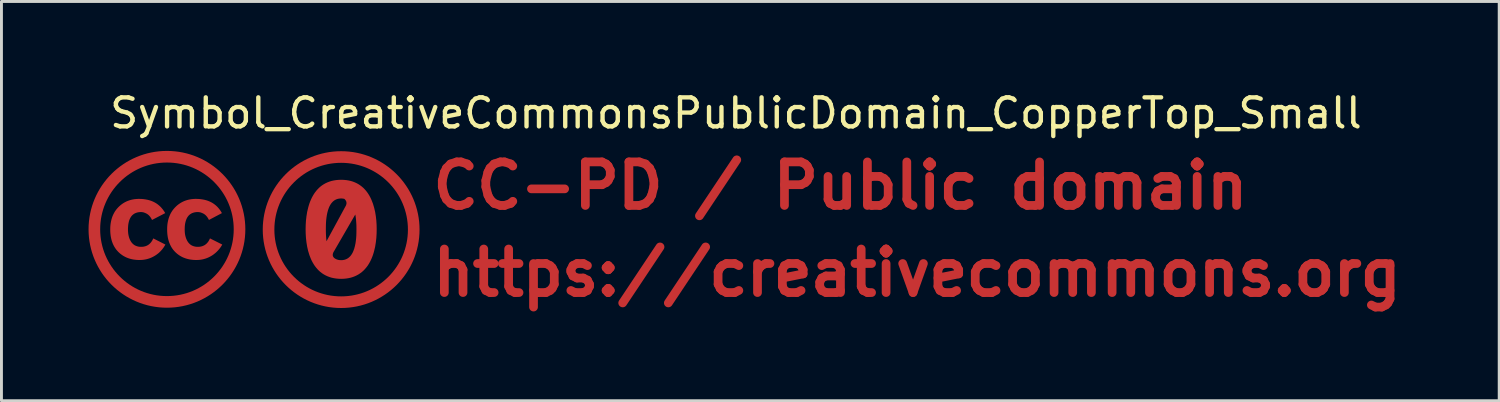
<source format=kicad_pcb>
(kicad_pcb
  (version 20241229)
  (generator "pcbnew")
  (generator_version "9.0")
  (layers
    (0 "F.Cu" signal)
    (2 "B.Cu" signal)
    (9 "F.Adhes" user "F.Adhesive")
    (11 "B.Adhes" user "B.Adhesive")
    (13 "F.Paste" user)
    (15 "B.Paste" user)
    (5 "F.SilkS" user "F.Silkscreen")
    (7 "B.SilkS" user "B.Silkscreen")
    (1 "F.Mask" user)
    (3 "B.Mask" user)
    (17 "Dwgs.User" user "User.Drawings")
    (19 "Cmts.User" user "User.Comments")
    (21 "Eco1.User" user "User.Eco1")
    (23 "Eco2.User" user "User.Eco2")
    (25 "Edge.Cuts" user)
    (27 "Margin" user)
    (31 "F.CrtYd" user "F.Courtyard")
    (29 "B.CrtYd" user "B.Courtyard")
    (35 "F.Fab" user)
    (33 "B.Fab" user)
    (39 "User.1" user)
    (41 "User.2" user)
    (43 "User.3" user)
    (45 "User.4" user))
  (footprint "Symbol_CreativeCommonsPublicDomain_CopperTop_Small"
    (layer "F.Cu")
    (at 21.7 4.848)
    (property "Reference" "Symbol_CreativeCommonsPublicDomain_CopperTop_Small" (at 0.599 -4 0) (layer "F.SilkS") (effects (font (size 1 1) (thickness 0.15))))
    (attr exclude_from_pos_files exclude_from_bom allow_missing_courtyard)
    (fp_circle (center -19 0) (end -16.5 0) (stroke (width 0.4) (type default)) (fill no) (layer "F.Cu"))
    (fp_circle (center -13 0.01) (end -10.5 0.01) (stroke (width 0.4) (type default)) (fill no) (layer "F.Cu"))
    (fp_poly (pts (xy -19.884 -1.046) (xy -19.809 -1.04) (xy -19.738 -1.03) (xy -19.669 -1.017) (xy -19.603 -1) (xy -19.539 -0.979) (xy -19.479 -0.954) (xy -19.421 -0.925) (xy -19.366 -0.893) (xy -19.314 -0.856) (xy -19.265 -0.816) (xy -19.218 -0.772) (xy -19.175 -0.724) (xy -19.134 -0.673) (xy -19.095 -0.617) (xy -19.06 -0.558) (xy -19.514 -0.322) (xy -19.523 -0.341) (xy -19.532 -0.358) (xy -19.542 -0.375) (xy -19.552 -0.392) (xy -19.562 -0.408) (xy -19.573 -0.423) (xy -19.583 -0.437) (xy -19.594 -0.45) (xy -19.606 -0.463) (xy -19.617 -0.476) (xy -19.629 -0.487) (xy -19.641 -0.498) (xy -19.653 -0.508) (xy -19.666 -0.517) (xy -19.679 -0.526) (xy -19.692 -0.534) (xy -19.705 -0.541) (xy -19.718 -0.548) (xy -19.731 -0.554) (xy -19.744 -0.56) (xy -19.757 -0.566) (xy -19.769 -0.57) (xy -19.782 -0.575) (xy -19.794 -0.579) (xy -19.806 -0.583) (xy -19.818 -0.586) (xy -19.83 -0.588) (xy -19.842 -0.59) (xy -19.854 -0.592) (xy -19.866 -0.593) (xy -19.877 -0.594) (xy -19.889 -0.594) (xy -19.916 -0.594) (xy -19.943 -0.592) (xy -19.97 -0.589) (xy -19.995 -0.585) (xy -20.019 -0.58) (xy -20.043 -0.573) (xy -20.065 -0.565) (xy -20.087 -0.557) (xy -20.108 -0.547) (xy -20.128 -0.536) (xy -20.147 -0.523) (xy -20.165 -0.51) (xy -20.182 -0.495) (xy -20.199 -0.48) (xy -20.214 -0.463) (xy -20.229 -0.444) (xy -20.242 -0.425) (xy -20.255 -0.405) (xy -20.267 -0.383) (xy -20.278 -0.36) (xy -20.289 -0.336) (xy -20.298 -0.311) (xy -20.306 -0.285) (xy -20.314 -0.257) (xy -20.32 -0.229) (xy -20.326 -0.199) (xy -20.331 -0.168) (xy -20.335 -0.136) (xy -20.338 -0.102) (xy -20.34 -0.068) (xy -20.342 -0.032) (xy -20.342 0.005) (xy -20.342 0.038) (xy -20.34 0.071) (xy -20.338 0.103) (xy -20.335 0.134) (xy -20.331 0.164) (xy -20.326 0.193) (xy -20.32 0.222) (xy -20.313 0.249) (xy -20.306 0.276) (xy -20.297 0.302) (xy -20.288 0.327) (xy -20.278 0.351) (xy -20.266 0.375) (xy -20.254 0.397) (xy -20.241 0.419) (xy -20.227 0.44) (xy -20.213 0.46) (xy -20.197 0.478) (xy -20.18 0.495) (xy -20.163 0.511) (xy -20.154 0.519) (xy -20.145 0.526) (xy -20.135 0.533) (xy -20.126 0.539) (xy -20.116 0.546) (xy -20.106 0.552) (xy -20.096 0.557) (xy -20.085 0.562) (xy -20.064 0.572) (xy -20.041 0.58) (xy -20.018 0.587) (xy -19.994 0.593) (xy -19.969 0.598) (xy -19.943 0.601) (xy -19.916 0.603) (xy -19.889 0.603) (xy -19.852 0.602) (xy -19.817 0.599) (xy -19.784 0.593) (xy -19.751 0.585) (xy -19.72 0.575) (xy -19.691 0.562) (xy -19.663 0.548) (xy -19.636 0.531) (xy -19.611 0.511) (xy -19.587 0.49) (xy -19.564 0.466) (xy -19.543 0.44) (xy -19.523 0.412) (xy -19.504 0.381) (xy -19.487 0.348) (xy -19.471 0.313) (xy -19.054 0.525) (xy -19.071 0.555) (xy -19.089 0.585) (xy -19.107 0.614) (xy -19.127 0.642) (xy -19.147 0.669) (xy -19.168 0.696) (xy -19.19 0.721) (xy -19.213 0.746) (xy -19.236 0.77) (xy -19.26 0.793) (xy -19.285 0.816) (xy -19.311 0.837) (xy -19.338 0.858) (xy -19.366 0.878) (xy -19.394 0.897) (xy -19.423 0.915) (xy -19.453 0.932) (xy -19.483 0.948) (xy -19.513 0.963) (xy -19.544 0.977) (xy -19.575 0.99) (xy -19.606 1.001) (xy -19.638 1.012) (xy -19.671 1.021) (xy -19.703 1.03) (xy -19.737 1.037) (xy -19.77 1.043) (xy -19.804 1.048) (xy -19.838 1.052) (xy -19.873 1.055) (xy -19.908 1.056) (xy -19.943 1.057) (xy -19.999 1.056) (xy -20.054 1.053) (xy -20.107 1.047) (xy -20.159 1.04) (xy -20.209 1.03) (xy -20.258 1.018) (xy -20.306 1.004) (xy -20.353 0.987) (xy -20.398 0.969) (xy -20.441 0.948) (xy -20.484 0.925) (xy -20.525 0.9) (xy -20.564 0.873) (xy -20.603 0.844) (xy -20.639 0.812) (xy -20.675 0.779) (xy -20.708 0.743) (xy -20.74 0.706) (xy -20.769 0.667) (xy -20.796 0.626) (xy -20.821 0.584) (xy -20.844 0.539) (xy -20.865 0.494) (xy -20.883 0.446) (xy -20.9 0.397) (xy -20.914 0.346) (xy -20.926 0.293) (xy -20.936 0.239) (xy -20.943 0.183) (xy -20.949 0.125) (xy -20.952 0.066) (xy -20.953 0.005) (xy -20.952 -0.055) (xy -20.949 -0.113) (xy -20.943 -0.17) (xy -20.935 -0.225) (xy -20.925 -0.278) (xy -20.913 -0.33) (xy -20.899 -0.38) (xy -20.883 -0.429) (xy -20.864 -0.476) (xy -20.843 -0.522) (xy -20.82 -0.566) (xy -20.795 -0.609) (xy -20.767 -0.65) (xy -20.738 -0.689) (xy -20.706 -0.727) (xy -20.672 -0.763) (xy -20.636 -0.798) (xy -20.599 -0.83) (xy -20.561 -0.86) (xy -20.522 -0.888) (xy -20.482 -0.913) (xy -20.44 -0.937) (xy -20.397 -0.958) (xy -20.353 -0.977) (xy -20.308 -0.993) (xy -20.262 -1.008) (xy -20.215 -1.02) (xy -20.167 -1.03) (xy -20.117 -1.038) (xy -20.066 -1.043) (xy -20.014 -1.047) (xy -19.961 -1.048)) (stroke (width 0) (type solid)) (fill yes) (layer "F.Cu"))
    (fp_poly (pts (xy -17.924 -1.046) (xy -17.85 -1.04) (xy -17.779 -1.03) (xy -17.71 -1.017) (xy -17.644 -1) (xy -17.581 -0.979) (xy -17.521 -0.954) (xy -17.463 -0.925) (xy -17.409 -0.893) (xy -17.357 -0.856) (xy -17.308 -0.816) (xy -17.262 -0.772) (xy -17.219 -0.724) (xy -17.179 -0.673) (xy -17.141 -0.617) (xy -17.107 -0.558) (xy -17.107 -0.558) (xy -17.554 -0.322) (xy -17.563 -0.341) (xy -17.573 -0.358) (xy -17.582 -0.375) (xy -17.592 -0.392) (xy -17.603 -0.408) (xy -17.613 -0.423) (xy -17.624 -0.437) (xy -17.635 -0.45) (xy -17.646 -0.463) (xy -17.658 -0.476) (xy -17.67 -0.487) (xy -17.682 -0.498) (xy -17.694 -0.508) (xy -17.707 -0.517) (xy -17.719 -0.526) (xy -17.733 -0.534) (xy -17.746 -0.541) (xy -17.759 -0.548) (xy -17.772 -0.554) (xy -17.785 -0.56) (xy -17.798 -0.566) (xy -17.811 -0.57) (xy -17.824 -0.575) (xy -17.836 -0.579) (xy -17.849 -0.583) (xy -17.861 -0.586) (xy -17.874 -0.588) (xy -17.886 -0.59) (xy -17.899 -0.592) (xy -17.911 -0.593) (xy -17.923 -0.594) (xy -17.935 -0.594) (xy -17.963 -0.594) (xy -17.99 -0.592) (xy -18.016 -0.589) (xy -18.041 -0.585) (xy -18.066 -0.58) (xy -18.089 -0.573) (xy -18.112 -0.565) (xy -18.134 -0.557) (xy -18.154 -0.547) (xy -18.174 -0.536) (xy -18.193 -0.523) (xy -18.212 -0.51) (xy -18.229 -0.495) (xy -18.245 -0.48) (xy -18.261 -0.463) (xy -18.275 -0.444) (xy -18.289 -0.425) (xy -18.302 -0.405) (xy -18.314 -0.383) (xy -18.325 -0.36) (xy -18.335 -0.336) (xy -18.344 -0.311) (xy -18.353 -0.285) (xy -18.36 -0.257) (xy -18.367 -0.229) (xy -18.373 -0.199) (xy -18.378 -0.168) (xy -18.382 -0.136) (xy -18.385 -0.102) (xy -18.387 -0.068) (xy -18.388 -0.032) (xy -18.389 0.005) (xy -18.388 0.038) (xy -18.387 0.071) (xy -18.385 0.103) (xy -18.382 0.134) (xy -18.378 0.164) (xy -18.373 0.193) (xy -18.367 0.222) (xy -18.36 0.249) (xy -18.352 0.276) (xy -18.344 0.302) (xy -18.334 0.327) (xy -18.324 0.351) (xy -18.313 0.375) (xy -18.301 0.397) (xy -18.288 0.419) (xy -18.274 0.44) (xy -18.259 0.46) (xy -18.243 0.478) (xy -18.227 0.495) (xy -18.218 0.504) (xy -18.21 0.511) (xy -18.201 0.519) (xy -18.191 0.526) (xy -18.182 0.533) (xy -18.172 0.539) (xy -18.163 0.546) (xy -18.153 0.552) (xy -18.142 0.557) (xy -18.132 0.562) (xy -18.11 0.572) (xy -18.088 0.58) (xy -18.064 0.587) (xy -18.04 0.593) (xy -18.015 0.598) (xy -17.989 0.601) (xy -17.963 0.603) (xy -17.935 0.603) (xy -17.899 0.602) (xy -17.864 0.599) (xy -17.83 0.593) (xy -17.798 0.585) (xy -17.767 0.575) (xy -17.738 0.562) (xy -17.709 0.548) (xy -17.683 0.531) (xy -17.657 0.511) (xy -17.633 0.49) (xy -17.611 0.466) (xy -17.589 0.44) (xy -17.569 0.412) (xy -17.551 0.381) (xy -17.534 0.348) (xy -17.518 0.313) (xy -17.095 0.525) (xy -17.112 0.555) (xy -17.131 0.585) (xy -17.15 0.614) (xy -17.17 0.642) (xy -17.191 0.669) (xy -17.213 0.696) (xy -17.235 0.721) (xy -17.258 0.746) (xy -17.282 0.77) (xy -17.306 0.793) (xy -17.332 0.816) (xy -17.358 0.837) (xy -17.384 0.858) (xy -17.412 0.878) (xy -17.44 0.897) (xy -17.469 0.915) (xy -17.499 0.932) (xy -17.529 0.948) (xy -17.559 0.963) (xy -17.59 0.977) (xy -17.621 0.99) (xy -17.652 1.001) (xy -17.684 1.012) (xy -17.716 1.021) (xy -17.748 1.03) (xy -17.781 1.037) (xy -17.814 1.043) (xy -17.847 1.048) (xy -17.881 1.052) (xy -17.915 1.055) (xy -17.949 1.056) (xy -17.983 1.057) (xy -18.04 1.056) (xy -18.095 1.053) (xy -18.149 1.047) (xy -18.202 1.04) (xy -18.253 1.03) (xy -18.302 1.018) (xy -18.35 1.004) (xy -18.397 0.987) (xy -18.442 0.969) (xy -18.486 0.948) (xy -18.528 0.925) (xy -18.569 0.9) (xy -18.608 0.873) (xy -18.646 0.844) (xy -18.683 0.812) (xy -18.718 0.779) (xy -18.751 0.743) (xy -18.783 0.706) (xy -18.812 0.667) (xy -18.839 0.626) (xy -18.863 0.584) (xy -18.886 0.539) (xy -18.906 0.494) (xy -18.925 0.446) (xy -18.941 0.397) (xy -18.955 0.346) (xy -18.967 0.293) (xy -18.976 0.239) (xy -18.984 0.183) (xy -18.989 0.125) (xy -18.992 0.066) (xy -18.993 0.005) (xy -18.992 -0.055) (xy -18.989 -0.113) (xy -18.984 -0.17) (xy -18.976 -0.225) (xy -18.966 -0.278) (xy -18.954 -0.33) (xy -18.94 -0.38) (xy -18.923 -0.429) (xy -18.904 -0.476) (xy -18.884 -0.522) (xy -18.861 -0.566) (xy -18.835 -0.609) (xy -18.808 -0.65) (xy -18.778 -0.689) (xy -18.746 -0.727) (xy -18.712 -0.763) (xy -18.676 -0.798) (xy -18.64 -0.83) (xy -18.602 -0.86) (xy -18.562 -0.888) (xy -18.522 -0.913) (xy -18.48 -0.937) (xy -18.438 -0.958) (xy -18.394 -0.977) (xy -18.349 -0.993) (xy -18.303 -1.008) (xy -18.256 -1.02) (xy -18.207 -1.03) (xy -18.157 -1.038) (xy -18.107 -1.043) (xy -18.055 -1.047) (xy -18.002 -1.048)) (stroke (width 0) (type solid)) (fill yes) (layer "F.Cu"))
    (fp_poly (pts (xy -12.91 -1.703) (xy -12.825 -1.695) (xy -12.744 -1.682) (xy -12.667 -1.665) (xy -12.593 -1.642) (xy -12.524 -1.615) (xy -12.458 -1.584) (xy -12.396 -1.549) (xy -12.338 -1.51) (xy -12.283 -1.468) (xy -12.231 -1.422) (xy -12.183 -1.372) (xy -12.138 -1.32) (xy -12.096 -1.265) (xy -12.057 -1.207) (xy -12.021 -1.146) (xy -11.988 -1.084) (xy -11.958 -1.019) (xy -11.905 -0.884) (xy -11.863 -0.742) (xy -11.829 -0.597) (xy -11.805 -0.448) (xy -11.788 -0.298) (xy -11.779 -0.148) (xy -11.776 0) (xy -11.779 0.148) (xy -11.788 0.298) (xy -11.805 0.448) (xy -11.829 0.597) (xy -11.863 0.742) (xy -11.883 0.814) (xy -11.905 0.884) (xy -11.93 0.952) (xy -11.958 1.019) (xy -11.988 1.084) (xy -12.021 1.146) (xy -12.057 1.207) (xy -12.096 1.265) (xy -12.138 1.32) (xy -12.183 1.372) (xy -12.231 1.422) (xy -12.283 1.468) (xy -12.338 1.51) (xy -12.396 1.549) (xy -12.458 1.584) (xy -12.524 1.615) (xy -12.593 1.642) (xy -12.667 1.665) (xy -12.744 1.682) (xy -12.825 1.695) (xy -12.91 1.703) (xy -13 1.706) (xy -13.09 1.703) (xy -13.175 1.695) (xy -13.256 1.682) (xy -13.334 1.665) (xy -13.407 1.642) (xy -13.476 1.615) (xy -13.542 1.584) (xy -13.604 1.549) (xy -13.663 1.51) (xy -13.718 1.468) (xy -13.769 1.422) (xy -13.817 1.372) (xy -13.862 1.32) (xy -13.904 1.265) (xy -13.943 1.207) (xy -13.979 1.146) (xy -14.012 1.084) (xy -14.042 1.019) (xy -14.095 0.884) (xy -14.095 0.882) (xy -13.29 0.882) (xy -13.289 0.892) (xy -13.288 0.902) (xy -13.286 0.912) (xy -13.284 0.921) (xy -13.28 0.93) (xy -13.276 0.938) (xy -13.272 0.947) (xy -13.267 0.955) (xy -13.261 0.962) (xy -13.255 0.97) (xy -13.249 0.977) (xy -13.241 0.984) (xy -13.234 0.99) (xy -13.226 0.997) (xy -13.217 1.003) (xy -13.209 1.008) (xy -13.199 1.014) (xy -13.18 1.024) (xy -13.16 1.034) (xy -13.156 1.035) (xy -13.152 1.036) (xy -13.148 1.038) (xy -13.144 1.039) (xy -13.136 1.042) (xy -13.129 1.044) (xy -13.124 1.045) (xy -13.119 1.047) (xy -13.115 1.049) (xy -13.11 1.05) (xy -13.097 1.053) (xy -13.084 1.056) (xy -13.071 1.058) (xy -13.057 1.059) (xy -13.043 1.061) (xy -13.029 1.062) (xy -13.015 1.062) (xy -13 1.063) (xy -12.954 1.061) (xy -12.911 1.054) (xy -12.871 1.045) (xy -12.833 1.031) (xy -12.797 1.014) (xy -12.764 0.994) (xy -12.734 0.971) (xy -12.705 0.945) (xy -12.679 0.917) (xy -12.655 0.886) (xy -12.632 0.852) (xy -12.612 0.817) (xy -12.593 0.78) (xy -12.577 0.742) (xy -12.548 0.661) (xy -12.525 0.575) (xy -12.507 0.488) (xy -12.494 0.399) (xy -12.484 0.311) (xy -12.478 0.226) (xy -12.475 0.145) (xy -12.473 0) (xy -12.474 -0.111) (xy -12.476 -0.172) (xy -12.48 -0.237) (xy -12.485 -0.304) (xy -12.492 -0.372) (xy -12.501 -0.441) (xy -12.512 -0.511) (xy -13.241 0.747) (xy -13.25 0.761) (xy -13.258 0.775) (xy -13.265 0.788) (xy -13.271 0.801) (xy -13.276 0.814) (xy -13.28 0.826) (xy -13.284 0.838) (xy -13.287 0.85) (xy -13.288 0.861) (xy -13.289 0.872) (xy -13.29 0.882) (xy -14.095 0.882) (xy -14.138 0.742) (xy -14.171 0.597) (xy -14.195 0.448) (xy -14.212 0.298) (xy -14.221 0.148) (xy -14.224 0) (xy -14.224 -0.000093) (xy -13.527 -0.000093) (xy -13.526 0.09) (xy -13.525 0.139) (xy -13.523 0.19) (xy -13.52 0.243) (xy -13.516 0.298) (xy -13.511 0.354) (xy -13.504 0.411) (xy -12.853 -0.787) (xy -12.847 -0.797) (xy -12.841 -0.808) (xy -12.836 -0.819) (xy -12.832 -0.829) (xy -12.828 -0.839) (xy -12.825 -0.849) (xy -12.822 -0.859) (xy -12.82 -0.868) (xy -12.818 -0.878) (xy -12.817 -0.887) (xy -12.816 -0.896) (xy -12.816 -0.905) (xy -12.816 -0.913) (xy -12.817 -0.922) (xy -12.818 -0.93) (xy -12.82 -0.938) (xy -12.821 -0.946) (xy -12.824 -0.954) (xy -12.826 -0.962) (xy -12.829 -0.969) (xy -12.833 -0.977) (xy -12.836 -0.984) (xy -12.841 -0.991) (xy -12.845 -0.998) (xy -12.85 -1.005) (xy -12.855 -1.011) (xy -12.86 -1.018) (xy -12.865 -1.024) (xy -12.877 -1.036) (xy -12.89 -1.048) (xy -12.903 -1.051) (xy -12.916 -1.054) (xy -12.929 -1.056) (xy -12.943 -1.058) (xy -12.957 -1.06) (xy -12.971 -1.061) (xy -12.985 -1.062) (xy -13 -1.063) (xy -13.046 -1.06) (xy -13.089 -1.054) (xy -13.129 -1.045) (xy -13.167 -1.031) (xy -13.203 -1.014) (xy -13.236 -0.994) (xy -13.266 -0.971) (xy -13.295 -0.945) (xy -13.321 -0.916) (xy -13.345 -0.886) (xy -13.368 -0.852) (xy -13.388 -0.817) (xy -13.407 -0.78) (xy -13.423 -0.742) (xy -13.452 -0.661) (xy -13.475 -0.575) (xy -13.493 -0.488) (xy -13.506 -0.399) (xy -13.516 -0.312) (xy -13.522 -0.226) (xy -13.525 -0.145) (xy -13.527 -0.000093) (xy -14.224 -0.000093) (xy -14.221 -0.148) (xy -14.212 -0.298) (xy -14.195 -0.448) (xy -14.171 -0.597) (xy -14.137 -0.742) (xy -14.117 -0.814) (xy -14.095 -0.884) (xy -14.07 -0.952) (xy -14.042 -1.019) (xy -14.012 -1.084) (xy -13.979 -1.146) (xy -13.943 -1.207) (xy -13.904 -1.265) (xy -13.862 -1.32) (xy -13.817 -1.372) (xy -13.769 -1.422) (xy -13.718 -1.468) (xy -13.663 -1.51) (xy -13.604 -1.549) (xy -13.542 -1.584) (xy -13.476 -1.615) (xy -13.407 -1.642) (xy -13.334 -1.665) (xy -13.256 -1.682) (xy -13.175 -1.695) (xy -13.09 -1.703) (xy -13 -1.706)) (stroke (width 0) (type solid)) (fill yes) (layer "F.Cu"))
    (fp_text user "CC-PD / Public domain" (at -10 -1.5 0) (unlocked yes) (layer "F.Cu") (effects (font (size 1.5 1.5) (thickness 0.3)) (justify left)))
    (fp_text user "https://creativecommons.org" (at -10 1.5 0) (unlocked yes) (layer "F.Cu") (effects (font (size 1.5 1.5) (thickness 0.3)) (justify left))))
  (gr_rect
    (start -3 -3)
    (end 48.586 10.752)
    (stroke (width 0.1) (type default))
    (fill no)
    (layer "Edge.Cuts")))
</source>
